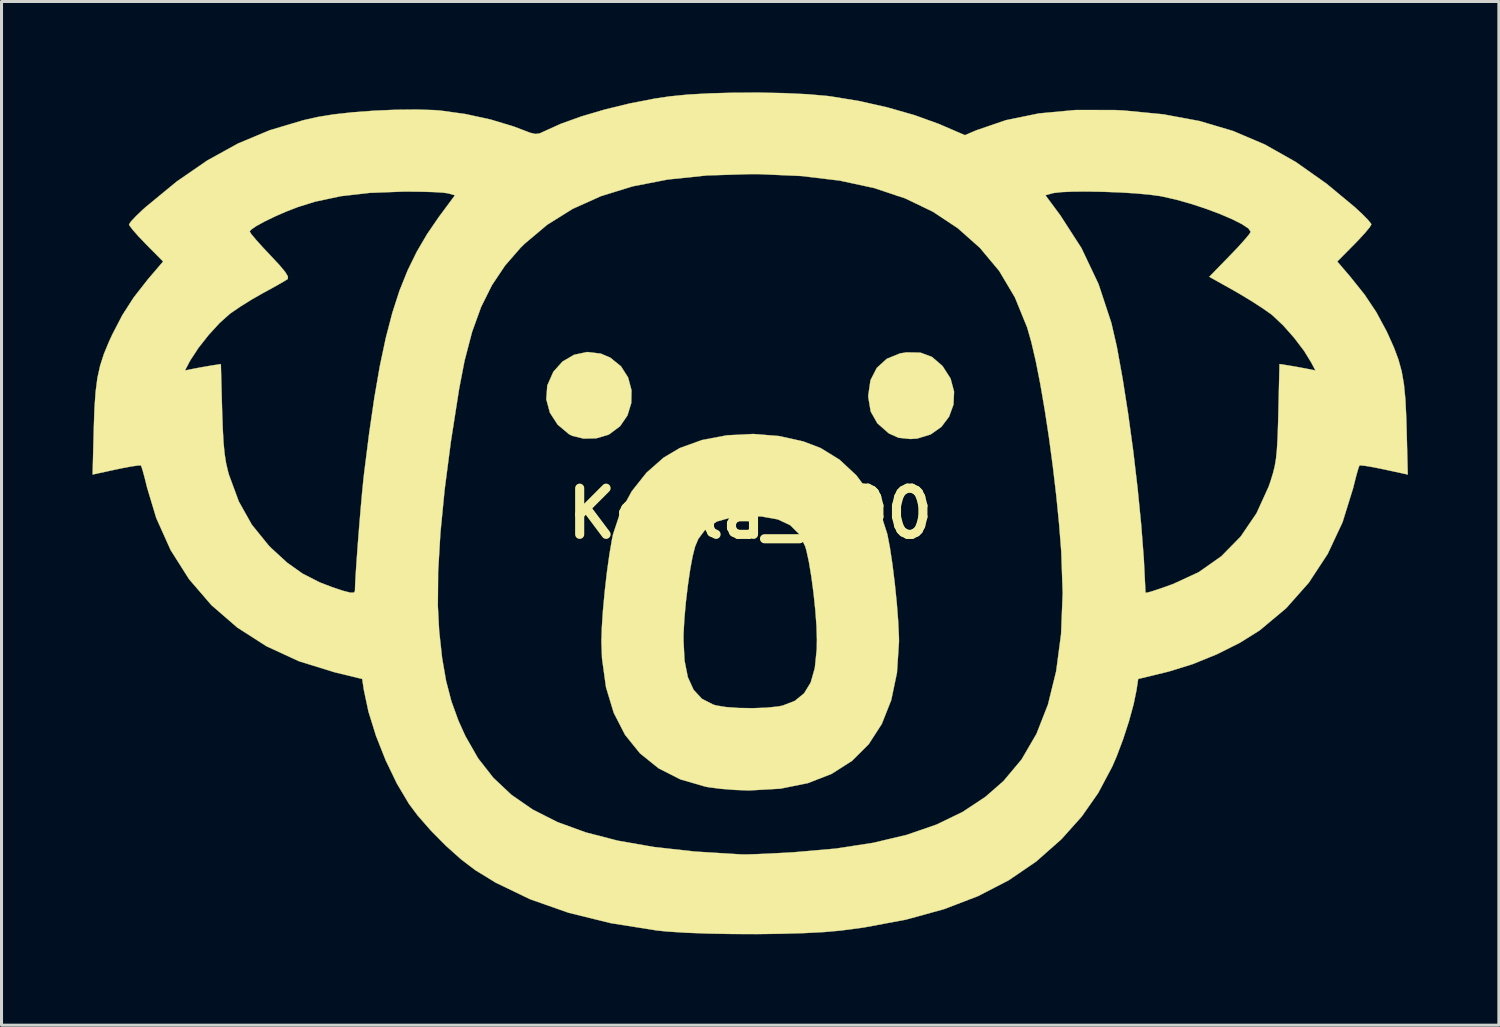
<source format=kicad_pcb>
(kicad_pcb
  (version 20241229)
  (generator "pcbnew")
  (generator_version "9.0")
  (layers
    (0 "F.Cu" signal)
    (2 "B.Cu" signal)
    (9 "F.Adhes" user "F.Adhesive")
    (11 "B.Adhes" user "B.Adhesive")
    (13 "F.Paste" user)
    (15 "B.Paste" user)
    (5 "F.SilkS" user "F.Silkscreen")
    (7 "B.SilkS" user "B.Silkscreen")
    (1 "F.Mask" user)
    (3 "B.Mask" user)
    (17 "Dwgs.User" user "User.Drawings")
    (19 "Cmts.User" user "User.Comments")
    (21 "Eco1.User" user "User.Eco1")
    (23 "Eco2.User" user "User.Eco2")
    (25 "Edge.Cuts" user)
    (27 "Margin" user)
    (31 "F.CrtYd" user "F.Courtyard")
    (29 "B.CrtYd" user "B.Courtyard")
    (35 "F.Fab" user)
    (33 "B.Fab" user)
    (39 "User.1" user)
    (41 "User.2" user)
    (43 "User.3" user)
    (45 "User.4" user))
  (footprint "Koala_300"
    (layer "F.Cu")
    (at 21.696 13.887)
    (property "Reference" "Koala_300" (at 0 0 0) (layer "F.SilkS") (effects (font (size 1.524 1.524) (thickness 0.3))))
    (attr through_hole)
    (fp_poly (pts (xy -4.931 -5.273) (xy -4.616 -5.14) (xy -4.262 -4.853) (xy -4.028 -4.486) (xy -3.916 -4.071) (xy -3.923 -3.642) (xy -4.048 -3.234) (xy -4.291 -2.879) (xy -4.651 -2.611) (xy -4.686 -2.594) (xy -5.076 -2.479) (xy -5.495 -2.469) (xy -5.873 -2.562) (xy -5.977 -2.615) (xy -6.352 -2.93) (xy -6.607 -3.324) (xy -6.726 -3.764) (xy -6.694 -4.214) (xy -6.69 -4.229) (xy -6.494 -4.673) (xy -6.19 -5.012) (xy -5.808 -5.234) (xy -5.379 -5.326) (xy -4.931 -5.273)) (stroke (width 0.01) (type solid)) (fill yes) (layer "F.SilkS"))
    (fp_poly (pts (xy 5.619 -5.304) (xy 5.997 -5.163) (xy 6.332 -4.875) (xy 6.347 -4.859) (xy 6.61 -4.45) (xy 6.725 -4.018) (xy 6.705 -3.59) (xy 6.561 -3.194) (xy 6.307 -2.857) (xy 5.953 -2.607) (xy 5.513 -2.472) (xy 5.283 -2.456) (xy 4.894 -2.497) (xy 4.582 -2.637) (xy 4.565 -2.648) (xy 4.194 -2.975) (xy 3.975 -3.363) (xy 3.895 -3.836) (xy 3.895 -3.895) (xy 3.967 -4.393) (xy 4.175 -4.8) (xy 4.504 -5.101) (xy 4.94 -5.279) (xy 5.157 -5.314) (xy 5.619 -5.304)) (stroke (width 0.01) (type solid)) (fill yes) (layer "F.SilkS"))
    (fp_poly (pts (xy 0.948 -2.554) (xy 1.755 -2.375) (xy 2.325 -2.157) (xy 2.945 -1.775) (xy 3.5 -1.259) (xy 3.967 -0.637) (xy 4.324 0.059) (xy 4.524 0.687) (xy 4.609 1.129) (xy 4.693 1.689) (xy 4.77 2.315) (xy 4.835 2.955) (xy 4.882 3.558) (xy 4.906 4.071) (xy 4.908 4.233) (xy 4.841 5.254) (xy 4.652 6.158) (xy 4.34 6.945) (xy 3.908 7.613) (xy 3.356 8.162) (xy 2.686 8.59) (xy 1.899 8.896) (xy 0.996 9.078) (xy -0.021 9.136) (xy -0.071 9.136) (xy -0.514 9.119) (xy -0.974 9.082) (xy -1.371 9.031) (xy -1.47 9.013) (xy -2.303 8.772) (xy -3.025 8.405) (xy -3.634 7.914) (xy -4.127 7.304) (xy -4.501 6.576) (xy -4.756 5.734) (xy -4.888 4.78) (xy -4.908 4.233) (xy -4.906 4.162) (xy -2.201 4.162) (xy -2.166 4.853) (xy -2.057 5.401) (xy -1.867 5.817) (xy -1.592 6.114) (xy -1.225 6.302) (xy -1.126 6.332) (xy -0.808 6.385) (xy -0.382 6.416) (xy 0.089 6.423) (xy 0.546 6.406) (xy 0.929 6.366) (xy 1.069 6.338) (xy 1.472 6.182) (xy 1.778 5.933) (xy 1.996 5.576) (xy 2.132 5.096) (xy 2.195 4.48) (xy 2.201 4.162) (xy 2.187 3.714) (xy 2.148 3.189) (xy 2.09 2.632) (xy 2.018 2.089) (xy 1.938 1.605) (xy 1.855 1.223) (xy 1.817 1.09) (xy 1.618 0.683) (xy 1.321 0.388) (xy 0.911 0.196) (xy 0.377 0.1) (xy 0 0.086) (xy -0.614 0.129) (xy -1.095 0.264) (xy -1.457 0.498) (xy -1.711 0.838) (xy -1.817 1.09) (xy -1.898 1.406) (xy -1.98 1.847) (xy -2.056 2.368) (xy -2.122 2.923) (xy -2.171 3.469) (xy -2.198 3.96) (xy -2.201 4.162) (xy -4.906 4.162) (xy -4.894 3.767) (xy -4.856 3.193) (xy -4.797 2.561) (xy -4.724 1.923) (xy -4.641 1.332) (xy -4.556 0.839) (xy -4.524 0.687) (xy -4.279 -0.05) (xy -3.904 -0.736) (xy -3.421 -1.344) (xy -2.855 -1.842) (xy -2.325 -2.157) (xy -1.587 -2.423) (xy -0.767 -2.578) (xy 0.093 -2.622) (xy 0.948 -2.554)) (stroke (width 0.01) (type solid)) (fill yes) (layer "F.SilkS"))
    (fp_poly (pts (xy 1.138 -13.865) (xy 1.89 -13.829) (xy 2.532 -13.773) (xy 2.661 -13.757) (xy 3.591 -13.605) (xy 4.528 -13.394) (xy 5.416 -13.14) (xy 6.2 -12.857) (xy 6.324 -12.805) (xy 7.083 -12.478) (xy 7.457 -12.638) (xy 8.432 -12.972) (xy 9.526 -13.196) (xy 10.73 -13.308) (xy 12.036 -13.307) (xy 12.325 -13.292) (xy 13.628 -13.166) (xy 14.82 -12.945) (xy 15.927 -12.617) (xy 16.977 -12.17) (xy 17.995 -11.595) (xy 19.011 -10.878) (xy 19.943 -10.105) (xy 20.19 -9.876) (xy 20.379 -9.684) (xy 20.48 -9.557) (xy 20.489 -9.533) (xy 20.433 -9.438) (xy 20.282 -9.256) (xy 20.063 -9.018) (xy 19.927 -8.878) (xy 19.365 -8.311) (xy 19.787 -7.818) (xy 20.267 -7.218) (xy 20.651 -6.643) (xy 20.986 -6.021) (xy 21.041 -5.905) (xy 21.236 -5.469) (xy 21.383 -5.076) (xy 21.49 -4.686) (xy 21.564 -4.262) (xy 21.612 -3.766) (xy 21.642 -3.159) (xy 21.653 -2.78) (xy 21.691 -1.284) (xy 20.913 -1.453) (xy 20.572 -1.522) (xy 20.298 -1.569) (xy 20.13 -1.587) (xy 20.097 -1.583) (xy 20.061 -1.488) (xy 19.998 -1.27) (xy 19.921 -0.967) (xy 19.892 -0.847) (xy 19.54 0.288) (xy 19.05 1.334) (xy 18.427 2.283) (xy 17.679 3.126) (xy 16.811 3.852) (xy 16.794 3.864) (xy 16.151 4.266) (xy 15.399 4.643) (xy 14.6 4.968) (xy 13.814 5.212) (xy 13.71 5.238) (xy 12.798 5.459) (xy 12.744 5.821) (xy 12.647 6.293) (xy 12.493 6.857) (xy 12.3 7.45) (xy 12.087 8.015) (xy 11.942 8.35) (xy 11.479 9.221) (xy 10.939 9.993) (xy 10.28 10.73) (xy 10.251 10.759) (xy 9.436 11.479) (xy 8.528 12.099) (xy 7.516 12.622) (xy 6.391 13.053) (xy 5.141 13.397) (xy 3.756 13.656) (xy 2.984 13.759) (xy 2.449 13.807) (xy 1.786 13.842) (xy 1.034 13.864) (xy 0.231 13.875) (xy -0.584 13.872) (xy -1.372 13.858) (xy -2.096 13.831) (xy -2.716 13.792) (xy -3.069 13.757) (xy -4.599 13.514) (xy -5.995 13.17) (xy -7.258 12.726) (xy -8.392 12.18) (xy -9.07 11.764) (xy -9.536 11.41) (xy -10.041 10.958) (xy -10.536 10.457) (xy -10.974 9.956) (xy -11.257 9.577) (xy -11.653 8.911) (xy -12.023 8.145) (xy -12.343 7.336) (xy -12.591 6.54) (xy -12.744 5.821) (xy -12.798 5.459) (xy -13.71 5.238) (xy -14.883 4.875) (xy -15.956 4.38) (xy -16.923 3.76) (xy -17.74 3.051) (xy -10.303 3.051) (xy -10.259 3.885) (xy -10.163 4.765) (xy -10.032 5.522) (xy -9.855 6.2) (xy -9.621 6.844) (xy -9.394 7.345) (xy -8.977 8.075) (xy -8.473 8.719) (xy -7.874 9.283) (xy -7.172 9.768) (xy -6.358 10.18) (xy -5.425 10.52) (xy -4.365 10.794) (xy -3.168 11.003) (xy -1.827 11.152) (xy -0.334 11.244) (xy -0.254 11.247) (xy -0.07 11.246) (xy 0.248 11.236) (xy 0.661 11.217) (xy 1.135 11.193) (xy 1.439 11.175) (xy 2.825 11.054) (xy 4.064 10.863) (xy 5.167 10.601) (xy 6.144 10.263) (xy 7.005 9.847) (xy 7.76 9.347) (xy 8.355 8.827) (xy 8.953 8.113) (xy 9.443 7.271) (xy 9.823 6.301) (xy 10.093 5.203) (xy 10.255 3.976) (xy 10.308 2.619) (xy 10.26 1.243) (xy 10.189 0.341) (xy 10.095 -0.602) (xy 9.982 -1.56) (xy 9.855 -2.506) (xy 9.716 -3.415) (xy 9.571 -4.259) (xy 9.423 -5.013) (xy 9.275 -5.65) (xy 9.135 -6.138) (xy 8.731 -7.129) (xy 8.214 -7.999) (xy 7.578 -8.761) (xy 7.578 -8.761) (xy 6.848 -9.409) (xy 6.029 -9.952) (xy 5.113 -10.393) (xy 4.805 -10.496) (xy 9.739 -10.496) (xy 10.227 -9.838) (xy 10.929 -8.75) (xy 11.491 -7.566) (xy 11.913 -6.286) (xy 12.094 -5.502) (xy 12.287 -4.435) (xy 12.469 -3.273) (xy 12.635 -2.057) (xy 12.779 -0.829) (xy 12.897 0.367) (xy 12.984 1.49) (xy 13.034 2.496) (xy 13.038 2.609) (xy 13.086 2.614) (xy 13.239 2.573) (xy 13.515 2.482) (xy 13.931 2.334) (xy 13.948 2.328) (xy 14.794 1.937) (xy 15.541 1.412) (xy 16.179 0.762) (xy 16.702 -0.007) (xy 17.102 -0.885) (xy 17.162 -1.058) (xy 17.242 -1.317) (xy 17.302 -1.556) (xy 17.345 -1.81) (xy 17.375 -2.113) (xy 17.397 -2.499) (xy 17.414 -3.001) (xy 17.422 -3.333) (xy 17.46 -4.929) (xy 17.768 -4.88) (xy 18.071 -4.828) (xy 18.36 -4.774) (xy 18.644 -4.717) (xy 18.515 -4.965) (xy 18.273 -5.359) (xy 17.947 -5.789) (xy 17.586 -6.198) (xy 17.239 -6.526) (xy 17.168 -6.583) (xy 16.894 -6.775) (xy 16.53 -7.01) (xy 16.135 -7.249) (xy 15.932 -7.365) (xy 15.143 -7.807) (xy 15.826 -8.508) (xy 16.097 -8.791) (xy 16.316 -9.035) (xy 16.462 -9.211) (xy 16.51 -9.291) (xy 16.433 -9.403) (xy 16.218 -9.545) (xy 15.895 -9.708) (xy 15.49 -9.881) (xy 15.03 -10.053) (xy 14.543 -10.213) (xy 14.056 -10.351) (xy 13.597 -10.455) (xy 13.516 -10.47) (xy 13.158 -10.518) (xy 12.705 -10.559) (xy 12.192 -10.59) (xy 11.656 -10.61) (xy 11.134 -10.62) (xy 10.662 -10.617) (xy 10.277 -10.601) (xy 10.014 -10.571) (xy 9.971 -10.561) (xy 9.739 -10.496) (xy 4.805 -10.496) (xy 4.091 -10.734) (xy 2.952 -10.98) (xy 1.687 -11.131) (xy 0.289 -11.193) (xy 0 -11.194) (xy -1.426 -11.15) (xy -2.715 -11.016) (xy -3.878 -10.79) (xy -4.923 -10.467) (xy -5.859 -10.046) (xy -6.696 -9.523) (xy -7.442 -8.896) (xy -7.578 -8.761) (xy -8.087 -8.176) (xy -8.517 -7.533) (xy -8.877 -6.81) (xy -9.175 -5.985) (xy -9.423 -5.035) (xy -9.602 -4.106) (xy -9.873 -2.373) (xy -10.079 -0.789) (xy -10.219 0.644) (xy -10.294 1.924) (xy -10.303 3.051) (xy -17.74 3.051) (xy -17.776 3.02) (xy -18.509 2.168) (xy -19.117 1.209) (xy -19.592 0.15) (xy -19.892 -0.847) (xy -19.972 -1.169) (xy -20.041 -1.423) (xy -20.088 -1.566) (xy -20.097 -1.583) (xy -20.191 -1.583) (xy -20.411 -1.551) (xy -20.72 -1.493) (xy -20.913 -1.453) (xy -21.691 -1.284) (xy -21.653 -2.78) (xy -21.63 -3.461) (xy -21.592 -4.011) (xy -21.533 -4.469) (xy -21.478 -4.717) (xy -18.644 -4.717) (xy -18.36 -4.774) (xy -18.067 -4.829) (xy -17.768 -4.88) (xy -17.461 -4.929) (xy -17.42 -3.417) (xy -17.399 -2.812) (xy -17.373 -2.341) (xy -17.337 -1.968) (xy -17.288 -1.657) (xy -17.222 -1.375) (xy -17.192 -1.271) (xy -16.868 -0.393) (xy -16.439 0.371) (xy -15.888 1.051) (xy -15.794 1.147) (xy -15.272 1.625) (xy -14.763 1.986) (xy -14.206 2.27) (xy -13.802 2.426) (xy -13.433 2.55) (xy -13.198 2.61) (xy -13.073 2.612) (xy -13.038 2.561) (xy -13.03 2.322) (xy -13.009 1.949) (xy -12.977 1.479) (xy -12.938 0.946) (xy -12.894 0.387) (xy -12.848 -0.163) (xy -12.803 -0.669) (xy -12.761 -1.095) (xy -12.737 -1.312) (xy -12.569 -2.644) (xy -12.397 -3.824) (xy -12.216 -4.867) (xy -12.02 -5.791) (xy -11.806 -6.613) (xy -11.568 -7.35) (xy -11.3 -8.017) (xy -10.999 -8.632) (xy -10.659 -9.212) (xy -10.276 -9.772) (xy -10.227 -9.838) (xy -9.739 -10.496) (xy -9.971 -10.561) (xy -10.136 -10.583) (xy -10.434 -10.601) (xy -10.827 -10.613) (xy -11.279 -10.617) (xy -11.472 -10.616) (xy -12.551 -10.575) (xy -13.502 -10.466) (xy -14.352 -10.285) (xy -14.913 -10.11) (xy -15.297 -9.962) (xy -15.677 -9.796) (xy -16.02 -9.63) (xy -16.294 -9.479) (xy -16.466 -9.359) (xy -16.51 -9.3) (xy -16.455 -9.212) (xy -16.304 -9.031) (xy -16.082 -8.784) (xy -15.832 -8.518) (xy -15.527 -8.192) (xy -15.337 -7.964) (xy -15.249 -7.818) (xy -15.252 -7.738) (xy -15.26 -7.73) (xy -15.38 -7.655) (xy -15.608 -7.524) (xy -15.905 -7.36) (xy -16.044 -7.285) (xy -16.419 -7.072) (xy -16.801 -6.835) (xy -17.116 -6.62) (xy -17.168 -6.582) (xy -17.504 -6.281) (xy -17.866 -5.886) (xy -18.204 -5.456) (xy -18.47 -5.049) (xy -18.515 -4.965) (xy -18.644 -4.717) (xy -21.478 -4.717) (xy -21.444 -4.872) (xy -21.32 -5.258) (xy -21.151 -5.667) (xy -21.041 -5.905) (xy -20.711 -6.541) (xy -20.339 -7.12) (xy -19.878 -7.71) (xy -19.787 -7.818) (xy -19.365 -8.311) (xy -19.927 -8.878) (xy -20.171 -9.133) (xy -20.362 -9.349) (xy -20.473 -9.495) (xy -20.489 -9.533) (xy -20.43 -9.626) (xy -20.271 -9.797) (xy -20.042 -10.016) (xy -19.943 -10.105) (xy -18.917 -10.949) (xy -17.91 -11.643) (xy -16.896 -12.203) (xy -15.849 -12.641) (xy -14.742 -12.971) (xy -14.27 -13.078) (xy -13.746 -13.163) (xy -13.106 -13.234) (xy -12.4 -13.286) (xy -11.682 -13.317) (xy -11.003 -13.324) (xy -10.415 -13.305) (xy -10.225 -13.291) (xy -9.394 -13.176) (xy -8.564 -12.995) (xy -7.802 -12.765) (xy -7.533 -12.663) (xy -7.259 -12.558) (xy -7.082 -12.518) (xy -6.945 -12.536) (xy -6.808 -12.599) (xy -6.254 -12.85) (xy -5.57 -13.096) (xy -4.797 -13.324) (xy -3.977 -13.524) (xy -3.148 -13.685) (xy -2.661 -13.757) (xy -2.051 -13.818) (xy -1.32 -13.858) (xy -0.514 -13.88) (xy 0.321 -13.882) (xy 1.138 -13.865)) (stroke (width 0.01) (type solid)) (fill yes) (layer "F.SilkS")))
  (gr_rect
    (start -3 -3)
    (end 46.392 30.767)
    (stroke (width 0.1) (type default))
    (fill no)
    (layer "Edge.Cuts")))
</source>
